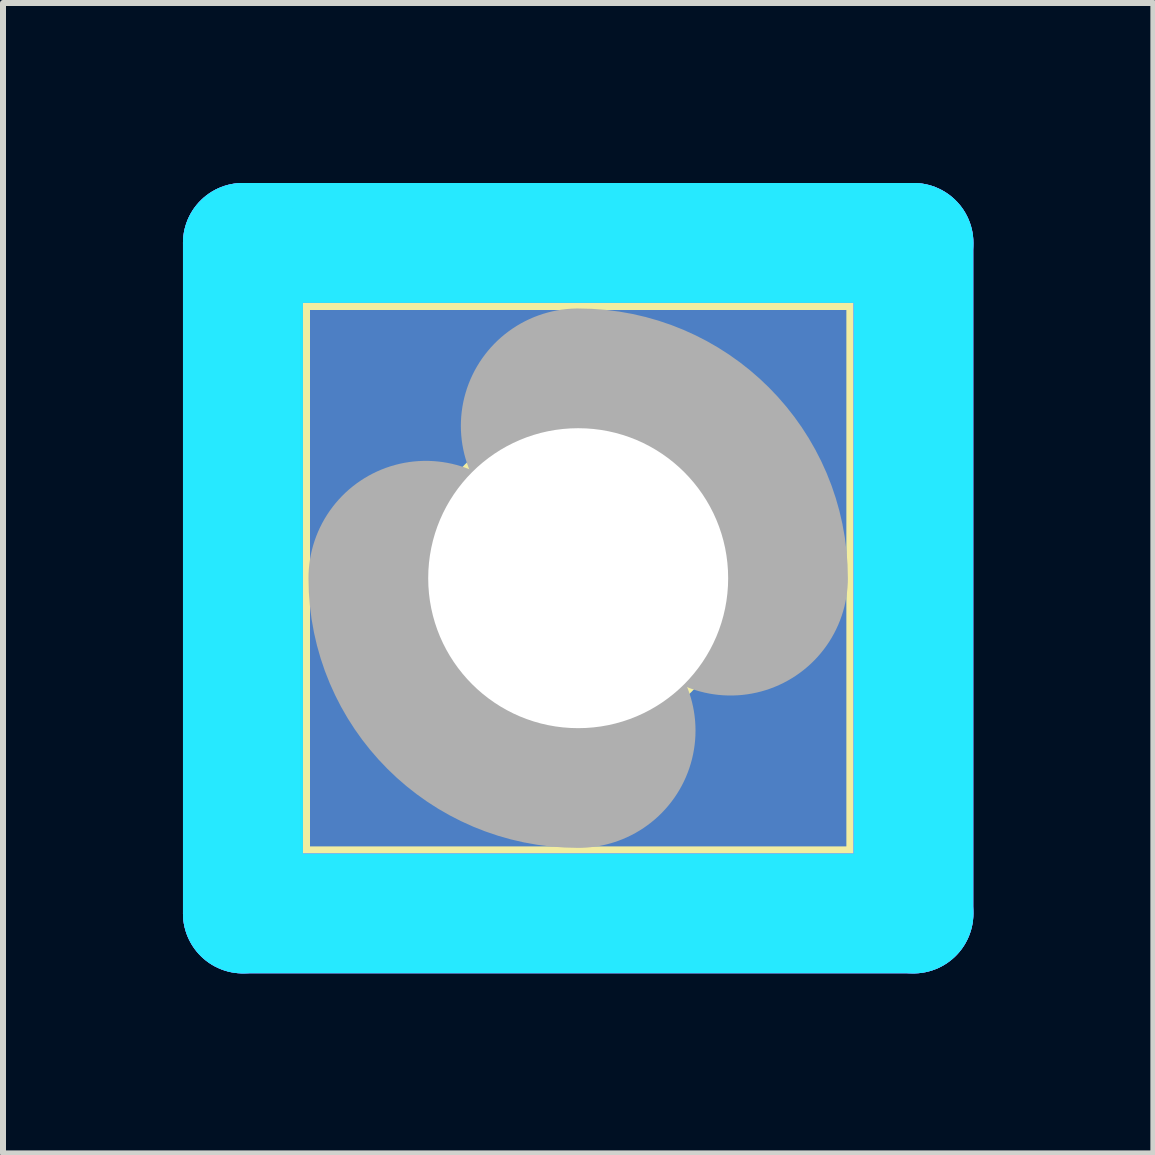
<source format=kicad_pcb>
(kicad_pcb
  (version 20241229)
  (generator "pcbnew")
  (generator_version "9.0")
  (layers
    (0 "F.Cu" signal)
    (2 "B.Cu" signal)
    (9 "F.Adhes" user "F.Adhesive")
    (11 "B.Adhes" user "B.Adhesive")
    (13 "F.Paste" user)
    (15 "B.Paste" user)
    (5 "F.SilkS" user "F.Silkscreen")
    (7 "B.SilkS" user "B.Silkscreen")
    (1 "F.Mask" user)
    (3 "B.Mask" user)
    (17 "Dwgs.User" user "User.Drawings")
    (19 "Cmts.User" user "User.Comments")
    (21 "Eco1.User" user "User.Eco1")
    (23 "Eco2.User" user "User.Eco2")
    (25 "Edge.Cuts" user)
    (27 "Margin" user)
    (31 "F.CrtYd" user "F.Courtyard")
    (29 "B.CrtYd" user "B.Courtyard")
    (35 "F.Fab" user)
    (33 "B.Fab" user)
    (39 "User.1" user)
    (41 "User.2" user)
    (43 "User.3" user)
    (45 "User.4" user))
  (footprint "footprint"
    (layer "F.Cu")
    (at 6.588 6.588)
    (property "Reference" "footprint" (at 0 0 0) (layer "F.SilkS") (effects (font (size 1.27 1.27) (thickness 0.15))))
    (fp_line (start -4.572 -4.572) (end 4.572 -4.572) (stroke (width 0.203) (type solid)) (layer "F.SilkS"))
    (fp_line (start -4.572 4.572) (end -4.572 -4.572) (stroke (width 0.203) (type solid)) (layer "F.SilkS"))
    (fp_line (start 4.572 -4.572) (end 4.572 4.572) (stroke (width 0.203) (type solid)) (layer "F.SilkS"))
    (fp_line (start 4.572 4.572) (end -4.572 4.572) (stroke (width 0.203) (type solid)) (layer "F.SilkS"))
    (fp_circle (center 0 0) (end 2.6 0) (stroke (width 0.152) (type solid)) (fill no) (layer "F.SilkS"))
    (fp_line (start -5.588 -5.588) (end 5.588 -5.588) (stroke (width 2) (type solid)) (layer "B.CrtYd"))
    (fp_line (start -5.588 5.588) (end -5.588 -5.588) (stroke (width 2) (type solid)) (layer "B.CrtYd"))
    (fp_line (start 5.588 -5.588) (end 5.588 5.588) (stroke (width 2) (type solid)) (layer "B.CrtYd"))
    (fp_line (start 5.588 5.588) (end -5.588 5.588) (stroke (width 2) (type solid)) (layer "B.CrtYd"))
    (fp_line (start -5.588 -5.588) (end 5.588 -5.588) (stroke (width 2) (type solid)) (layer "F.CrtYd"))
    (fp_line (start -5.588 5.588) (end -5.588 -5.588) (stroke (width 2) (type solid)) (layer "F.CrtYd"))
    (fp_line (start 5.588 -5.588) (end 5.588 5.588) (stroke (width 2) (type solid)) (layer "F.CrtYd"))
    (fp_line (start 5.588 5.588) (end -5.588 5.588) (stroke (width 2) (type solid)) (layer "F.CrtYd"))
    (fp_arc (start 0 -2.54) (mid 1.796051 -1.796051) (end 2.54 0) (stroke (width 3.9116) (type solid)) (layer "F.Fab"))
    (fp_arc (start 0 2.54) (mid -1.796051 1.796051) (end -2.54 0) (stroke (width 3.9116) (type solid)) (layer "F.Fab"))
    (fp_circle (center 0 0) (end 0.762 0) (stroke (width 0.457) (type solid)) (fill no) (layer "F.Fab"))
    (pad "B5" thru_hole rect (at 0 0) (size 9 9) (drill 5) (layers "*.Cu" "*.Mask")))
  (gr_rect
    (start -3 -3)
    (end 16.176 16.176)
    (stroke (width 0.1) (type default))
    (fill no)
    (layer "Edge.Cuts")))
</source>
